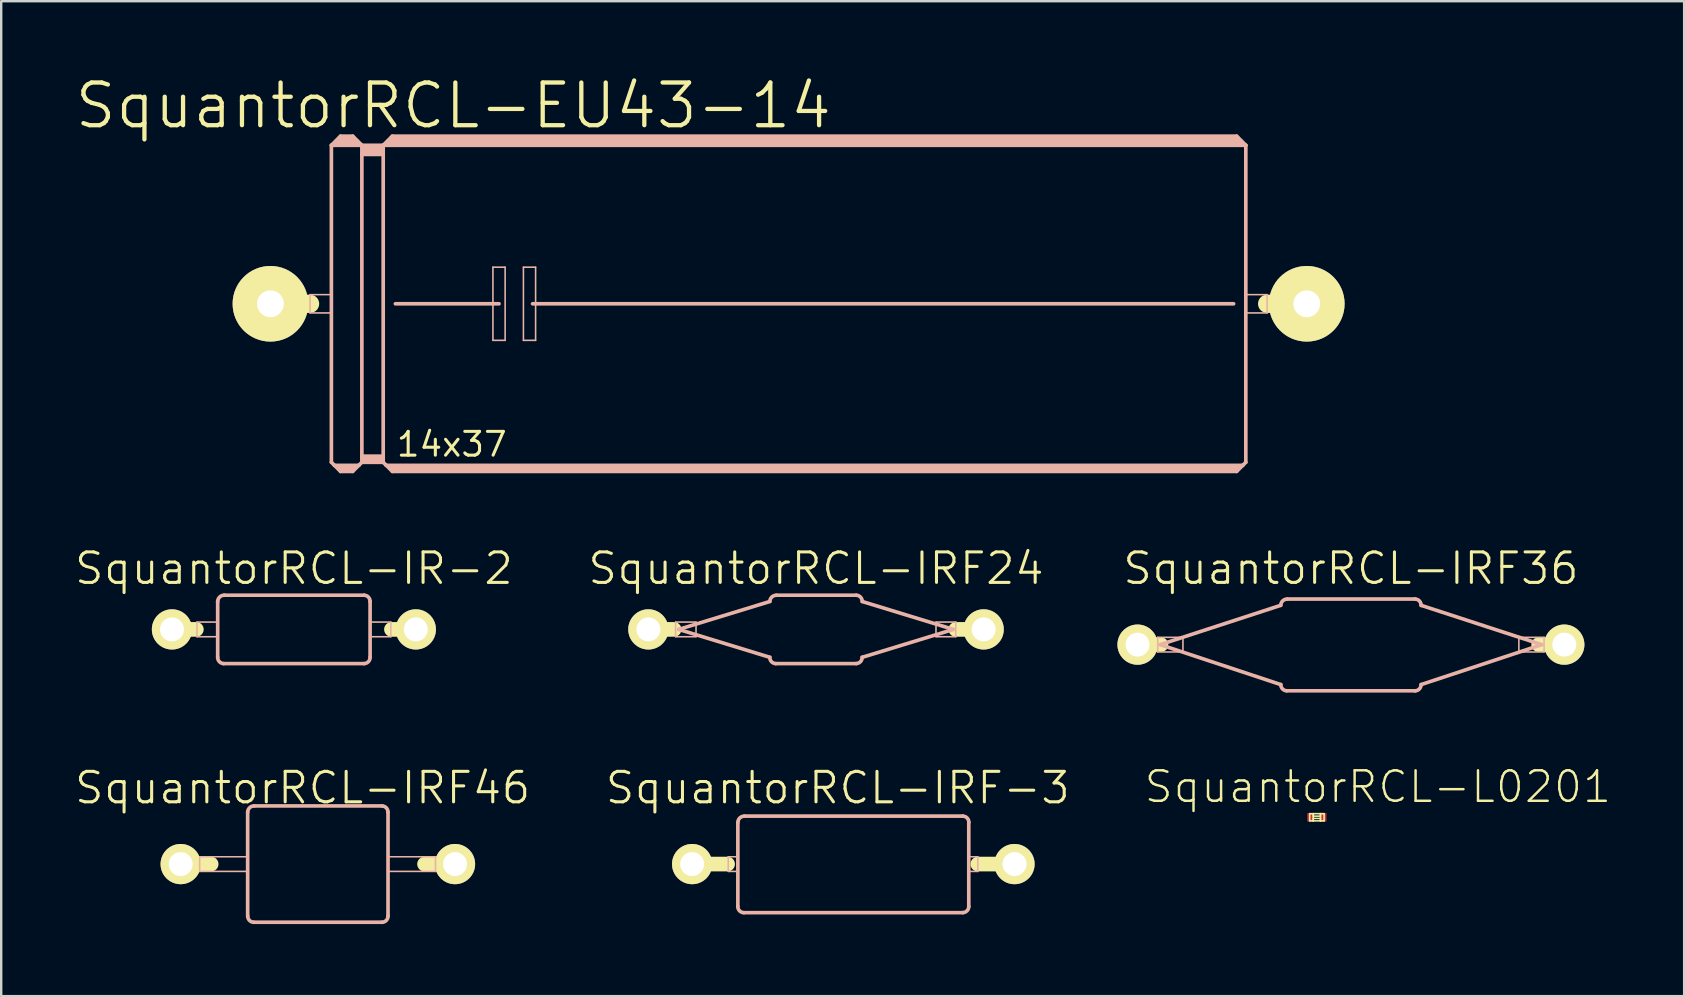
<source format=kicad_pcb>
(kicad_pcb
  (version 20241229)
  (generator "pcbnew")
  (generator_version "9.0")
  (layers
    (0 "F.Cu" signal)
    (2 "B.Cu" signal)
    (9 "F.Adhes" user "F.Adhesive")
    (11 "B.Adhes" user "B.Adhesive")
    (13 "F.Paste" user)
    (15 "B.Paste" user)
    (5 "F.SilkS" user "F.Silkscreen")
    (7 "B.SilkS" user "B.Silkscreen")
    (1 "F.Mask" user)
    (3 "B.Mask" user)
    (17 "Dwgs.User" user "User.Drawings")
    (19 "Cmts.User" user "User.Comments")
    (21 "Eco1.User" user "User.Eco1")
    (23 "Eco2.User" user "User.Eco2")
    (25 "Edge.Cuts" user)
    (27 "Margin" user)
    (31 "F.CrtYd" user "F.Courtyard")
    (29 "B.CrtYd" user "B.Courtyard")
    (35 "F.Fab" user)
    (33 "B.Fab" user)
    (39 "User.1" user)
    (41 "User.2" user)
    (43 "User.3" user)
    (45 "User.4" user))
  (footprint "SquantorRCL-IR-2"
    (layer "F.Cu")
    (at 9.195 23.174)
    (property "Reference" "SquantorRCL-IR-2" (at 0 -2.54 0) (layer "F.SilkS") (effects (font (size 1.27 1.27) (thickness 0.127))))
    (attr exclude_from_pos_files exclude_from_bom)
    (fp_line (start -5.08 0) (end -4.064 0) (stroke (width 0.61) (type solid)) (layer "F.SilkS"))
    (fp_line (start 5.08 0) (end 4.064 0) (stroke (width 0.61) (type solid)) (layer "F.SilkS"))
    (fp_line (start -4.039 -0.305) (end -3.175 -0.305) (stroke (width 0.066) (type solid)) (layer "B.SilkS"))
    (fp_line (start -4.039 0.305) (end -4.039 -0.305) (stroke (width 0.066) (type solid)) (layer "B.SilkS"))
    (fp_line (start -4.039 0.305) (end -3.175 0.305) (stroke (width 0.066) (type solid)) (layer "B.SilkS"))
    (fp_line (start -3.175 0.305) (end -3.175 -0.305) (stroke (width 0.066) (type solid)) (layer "B.SilkS"))
    (fp_line (start -3.175 1.163) (end -3.175 -1.163) (stroke (width 0.152) (type solid)) (layer "B.SilkS"))
    (fp_line (start 2.924 -1.425) (end -2.898 -1.425) (stroke (width 0.152) (type solid)) (layer "B.SilkS"))
    (fp_line (start 2.924 1.425) (end -2.924 1.425) (stroke (width 0.152) (type solid)) (layer "B.SilkS"))
    (fp_line (start 3.175 -0.305) (end 4.039 -0.305) (stroke (width 0.066) (type solid)) (layer "B.SilkS"))
    (fp_line (start 3.175 0.305) (end 3.175 -0.305) (stroke (width 0.066) (type solid)) (layer "B.SilkS"))
    (fp_line (start 3.175 0.305) (end 4.039 0.305) (stroke (width 0.066) (type solid)) (layer "B.SilkS"))
    (fp_line (start 3.175 1.163) (end 3.175 -1.163) (stroke (width 0.152) (type solid)) (layer "B.SilkS"))
    (fp_line (start 4.039 0.305) (end 4.039 -0.305) (stroke (width 0.066) (type solid)) (layer "B.SilkS"))
    (fp_arc (start -3.175 -1.16332) (mid -3.090753 -1.35147) (end -2.89814 -1.42494) (stroke (width 0.1524) (type solid)) (layer "B.SilkS"))
    (fp_arc (start -2.92354 1.42494) (mid -3.103453 1.346209) (end -3.175 1.16332) (stroke (width 0.1524) (type solid)) (layer "B.SilkS"))
    (fp_arc (start 2.92354 -1.42494) (mid 3.103453 -1.346209) (end 3.175 -1.16332) (stroke (width 0.1524) (type solid)) (layer "B.SilkS"))
    (fp_arc (start 3.175 1.16332) (mid 3.103453 1.346209) (end 2.92354 1.42494) (stroke (width 0.1524) (type solid)) (layer "B.SilkS"))
    (pad "1" thru_hole circle (at -5.08 0) (size 1.676 1.676) (drill 0.998) (layers "*.Cu" "F.Mask" "F.SilkS" "F.Paste"))
    (pad "2" thru_hole circle (at 5.08 0) (size 1.676 1.676) (drill 0.998) (layers "*.Cu" "F.Mask" "F.SilkS" "F.Paste")))
  (footprint "SquantorRCL-IRF46"
    (layer "F.Cu")
    (at 10.193 32.952)
    (property "Reference" "SquantorRCL-IRF46" (at -0.635 -3.175 0) (layer "F.SilkS") (effects (font (size 1.27 1.27) (thickness 0.127))))
    (attr exclude_from_pos_files exclude_from_bom)
    (fp_line (start -5.715 0) (end -4.445 0) (stroke (width 0.61) (type solid)) (layer "F.SilkS"))
    (fp_line (start 5.715 0) (end 4.445 0) (stroke (width 0.61) (type solid)) (layer "F.SilkS"))
    (fp_line (start -4.923 -0.305) (end -2.924 -0.305) (stroke (width 0.066) (type solid)) (layer "B.SilkS"))
    (fp_line (start -4.923 0.305) (end -4.923 -0.305) (stroke (width 0.066) (type solid)) (layer "B.SilkS"))
    (fp_line (start -4.923 0.305) (end -2.924 0.305) (stroke (width 0.066) (type solid)) (layer "B.SilkS"))
    (fp_line (start -2.924 0.305) (end -2.924 -0.305) (stroke (width 0.066) (type solid)) (layer "B.SilkS"))
    (fp_line (start -2.924 2.162) (end -2.924 -2.162) (stroke (width 0.152) (type solid)) (layer "B.SilkS"))
    (fp_line (start 2.675 -2.423) (end -2.649 -2.423) (stroke (width 0.152) (type solid)) (layer "B.SilkS"))
    (fp_line (start 2.675 2.423) (end -2.675 2.423) (stroke (width 0.152) (type solid)) (layer "B.SilkS"))
    (fp_line (start 2.924 -0.305) (end 4.9 -0.305) (stroke (width 0.066) (type solid)) (layer "B.SilkS"))
    (fp_line (start 2.924 0.305) (end 2.924 -0.305) (stroke (width 0.066) (type solid)) (layer "B.SilkS"))
    (fp_line (start 2.924 0.305) (end 4.9 0.305) (stroke (width 0.066) (type solid)) (layer "B.SilkS"))
    (fp_line (start 2.924 2.162) (end 2.924 -2.162) (stroke (width 0.152) (type solid)) (layer "B.SilkS"))
    (fp_line (start 4.9 0.305) (end 4.9 -0.305) (stroke (width 0.066) (type solid)) (layer "B.SilkS"))
    (fp_arc (start -2.92354 -2.16154) (mid -2.841833 -2.348637) (end -2.65176 -2.42316) (stroke (width 0.1524) (type solid)) (layer "B.SilkS"))
    (fp_arc (start -2.67462 2.42316) (mid -2.851993 2.343377) (end -2.921 2.16154) (stroke (width 0.1524) (type solid)) (layer "B.SilkS"))
    (fp_arc (start 2.67462 -2.42316) (mid 2.851993 -2.343377) (end 2.921 -2.16154) (stroke (width 0.1524) (type solid)) (layer "B.SilkS"))
    (fp_arc (start 2.92354 2.16154) (mid 2.853789 2.345173) (end 2.67462 2.4257) (stroke (width 0.1524) (type solid)) (layer "B.SilkS"))
    (pad "1" thru_hole circle (at -5.715 0) (size 1.676 1.676) (drill 0.998) (layers "*.Cu" "F.Mask" "F.SilkS" "F.Paste"))
    (pad "2" thru_hole circle (at 5.715 0) (size 1.676 1.676) (drill 0.998) (layers "*.Cu" "F.Mask" "F.SilkS" "F.Paste")))
  (footprint "SquantorRCL-IRF24"
    (layer "F.Cu")
    (at 30.949 23.174)
    (property "Reference" "SquantorRCL-IRF24" (at 0 -2.54 0) (layer "F.SilkS") (effects (font (size 1.27 1.27) (thickness 0.127))))
    (attr exclude_from_pos_files exclude_from_bom)
    (fp_line (start -5.913 0) (end -6.985 0) (stroke (width 0.61) (type solid)) (layer "F.SilkS"))
    (fp_line (start 5.824 0) (end 6.985 0) (stroke (width 0.61) (type solid)) (layer "F.SilkS"))
    (fp_line (start -5.85 -0.305) (end -4.999 -0.305) (stroke (width 0.066) (type solid)) (layer "B.SilkS"))
    (fp_line (start -5.85 0.305) (end -5.85 -0.305) (stroke (width 0.066) (type solid)) (layer "B.SilkS"))
    (fp_line (start -5.85 0.305) (end -4.999 0.305) (stroke (width 0.066) (type solid)) (layer "B.SilkS"))
    (fp_line (start -5.723 0) (end -1.923 -1.163) (stroke (width 0.152) (type solid)) (layer "B.SilkS"))
    (fp_line (start -4.999 0.305) (end -4.999 -0.305) (stroke (width 0.066) (type solid)) (layer "B.SilkS"))
    (fp_line (start -1.923 1.163) (end -5.723 0) (stroke (width 0.152) (type solid)) (layer "B.SilkS"))
    (fp_line (start 1.674 -1.425) (end -1.648 -1.425) (stroke (width 0.152) (type solid)) (layer "B.SilkS"))
    (fp_line (start 1.674 1.425) (end -1.674 1.425) (stroke (width 0.152) (type solid)) (layer "B.SilkS"))
    (fp_line (start 1.923 1.163) (end 5.723 0) (stroke (width 0.152) (type solid)) (layer "B.SilkS"))
    (fp_line (start 4.999 -0.305) (end 5.824 -0.305) (stroke (width 0.066) (type solid)) (layer "B.SilkS"))
    (fp_line (start 4.999 0.305) (end 4.999 -0.305) (stroke (width 0.066) (type solid)) (layer "B.SilkS"))
    (fp_line (start 4.999 0.305) (end 5.824 0.305) (stroke (width 0.066) (type solid)) (layer "B.SilkS"))
    (fp_line (start 5.723 0) (end 1.923 -1.163) (stroke (width 0.152) (type solid)) (layer "B.SilkS"))
    (fp_line (start 5.824 0.305) (end 5.824 -0.305) (stroke (width 0.066) (type solid)) (layer "B.SilkS"))
    (fp_arc (start -1.92278 -1.16332) (mid -1.839277 -1.349674) (end -1.64846 -1.4224) (stroke (width 0.1524) (type solid)) (layer "B.SilkS"))
    (fp_arc (start -1.67386 1.42494) (mid -1.853773 1.346209) (end -1.92532 1.16332) (stroke (width 0.1524) (type solid)) (layer "B.SilkS"))
    (fp_arc (start 1.67386 -1.42494) (mid 1.853773 -1.346209) (end 1.92532 -1.16332) (stroke (width 0.1524) (type solid)) (layer "B.SilkS"))
    (fp_arc (start 1.92278 1.16332) (mid 1.851977 1.344413) (end 1.67386 1.4224) (stroke (width 0.1524) (type solid)) (layer "B.SilkS"))
    (pad "1" thru_hole circle (at -6.985 0) (size 1.676 1.676) (drill 0.998) (layers "*.Cu" "F.Mask" "F.SilkS" "F.Paste"))
    (pad "2" thru_hole circle (at 6.985 0) (size 1.676 1.676) (drill 0.998) (layers "*.Cu" "F.Mask" "F.SilkS" "F.Paste")))
  (footprint "SquantorRCL-IRF-3"
    (layer "F.Cu")
    (at 32.491 32.952)
    (property "Reference" "SquantorRCL-IRF-3" (at -0.635 -3.175 0) (layer "F.SilkS") (effects (font (size 1.27 1.27) (thickness 0.127))))
    (attr exclude_from_pos_files exclude_from_bom)
    (fp_line (start -6.703 0) (end -5.225 0) (stroke (width 0.61) (type solid)) (layer "F.SilkS"))
    (fp_line (start 6.728 0) (end 5.199 0) (stroke (width 0.61) (type solid)) (layer "F.SilkS"))
    (fp_line (start -5.199 -0.305) (end -4.798 -0.305) (stroke (width 0.066) (type solid)) (layer "B.SilkS"))
    (fp_line (start -5.199 0.305) (end -5.199 -0.305) (stroke (width 0.066) (type solid)) (layer "B.SilkS"))
    (fp_line (start -5.199 0.305) (end -4.798 0.305) (stroke (width 0.066) (type solid)) (layer "B.SilkS"))
    (fp_line (start -4.798 0.305) (end -4.798 -0.305) (stroke (width 0.066) (type solid)) (layer "B.SilkS"))
    (fp_line (start -4.798 1.763) (end -4.798 -1.737) (stroke (width 0.152) (type solid)) (layer "B.SilkS"))
    (fp_line (start 4.575 -1.999) (end -4.524 -1.999) (stroke (width 0.152) (type solid)) (layer "B.SilkS"))
    (fp_line (start 4.575 2.024) (end -4.549 2.024) (stroke (width 0.152) (type solid)) (layer "B.SilkS"))
    (fp_line (start 4.823 -0.305) (end 5.199 -0.305) (stroke (width 0.066) (type solid)) (layer "B.SilkS"))
    (fp_line (start 4.823 0.305) (end 4.823 -0.305) (stroke (width 0.066) (type solid)) (layer "B.SilkS"))
    (fp_line (start 4.823 0.305) (end 5.199 0.305) (stroke (width 0.066) (type solid)) (layer "B.SilkS"))
    (fp_line (start 4.823 1.763) (end 4.823 -1.737) (stroke (width 0.152) (type solid)) (layer "B.SilkS"))
    (fp_line (start 5.199 0.305) (end 5.199 -0.305) (stroke (width 0.066) (type solid)) (layer "B.SilkS"))
    (fp_arc (start -4.79806 -1.73736) (mid -4.714557 -1.923714) (end -4.52374 -1.99644) (stroke (width 0.1524) (type solid)) (layer "B.SilkS"))
    (fp_arc (start -4.54914 2.02438) (mid -4.729053 1.945649) (end -4.8006 1.76276) (stroke (width 0.1524) (type solid)) (layer "B.SilkS"))
    (fp_arc (start 4.57454 -1.99898) (mid 4.754453 -1.920249) (end 4.826 -1.73736) (stroke (width 0.1524) (type solid)) (layer "B.SilkS"))
    (fp_arc (start 4.82346 1.76276) (mid 4.752657 1.943853) (end 4.57454 2.02184) (stroke (width 0.1524) (type solid)) (layer "B.SilkS"))
    (pad "1" thru_hole circle (at -6.703 0) (size 1.676 1.676) (drill 0.998) (layers "*.Cu" "F.Mask" "F.SilkS" "F.Paste"))
    (pad "2" thru_hole circle (at 6.728 0) (size 1.676 1.676) (drill 0.998) (layers "*.Cu" "F.Mask" "F.SilkS" "F.Paste")))
  (footprint "SquantorRCL-L0201"
    (layer "F.Cu")
    (at 51.818 31.002)
    (property "Reference" "SquantorRCL-L0201" (at 2.54 -1.27 0) (layer "F.SilkS") (effects (font (size 1.27 1.27) (thickness 0.102))))
    (attr smd)
    (fp_line (start -0.3 -0.15) (end -0.15 -0.15) (stroke (width 0.066) (type solid)) (layer "F.SilkS"))
    (fp_line (start -0.3 0.15) (end -0.3 -0.15) (stroke (width 0.066) (type solid)) (layer "F.SilkS"))
    (fp_line (start -0.3 0.15) (end -0.15 0.15) (stroke (width 0.066) (type solid)) (layer "F.SilkS"))
    (fp_line (start -0.15 -0.15) (end 0.15 -0.15) (stroke (width 0.066) (type solid)) (layer "F.SilkS"))
    (fp_line (start -0.15 -0.048) (end -0.15 -0.15) (stroke (width 0.066) (type solid)) (layer "F.SilkS"))
    (fp_line (start -0.15 -0.048) (end 0.15 -0.048) (stroke (width 0.066) (type solid)) (layer "F.SilkS"))
    (fp_line (start -0.15 0.048) (end 0.15 0.048) (stroke (width 0.066) (type solid)) (layer "F.SilkS"))
    (fp_line (start -0.15 0.15) (end -0.15 -0.15) (stroke (width 0.066) (type solid)) (layer "F.SilkS"))
    (fp_line (start -0.15 0.15) (end -0.15 0.048) (stroke (width 0.066) (type solid)) (layer "F.SilkS"))
    (fp_line (start -0.15 0.15) (end 0.15 0.15) (stroke (width 0.066) (type solid)) (layer "F.SilkS"))
    (fp_line (start 0.15 -0.15) (end 0.3 -0.15) (stroke (width 0.066) (type solid)) (layer "F.SilkS"))
    (fp_line (start 0.15 -0.048) (end 0.15 -0.15) (stroke (width 0.066) (type solid)) (layer "F.SilkS"))
    (fp_line (start 0.15 0.15) (end 0.15 -0.15) (stroke (width 0.066) (type solid)) (layer "F.SilkS"))
    (fp_line (start 0.15 0.15) (end 0.15 0.048) (stroke (width 0.066) (type solid)) (layer "F.SilkS"))
    (fp_line (start 0.15 0.15) (end 0.3 0.15) (stroke (width 0.066) (type solid)) (layer "F.SilkS"))
    (fp_line (start 0.3 0.15) (end 0.3 -0.15) (stroke (width 0.066) (type solid)) (layer "F.SilkS"))
    (pad "1" smd rect (at -0.274 0) (size 0.249 0.348) (layers "F.Cu" "F.Mask" "F.Paste"))
    (pad "2" smd rect (at 0.274 0) (size 0.249 0.348) (layers "F.Cu" "F.Mask" "F.Paste")))
  (footprint "SquantorRCL-EU43-14"
    (layer "F.Cu")
    (at 29.807 9.607)
    (property "Reference" "SquantorRCL-EU43-14" (at -13.97 -8.255 0) (layer "F.SilkS") (effects (font (size 1.778 1.778) (thickness 0.178))))
    (attr exclude_from_pos_files exclude_from_bom)
    (fp_line (start -21.59 0) (end -19.939 0) (stroke (width 0.762) (type solid)) (layer "F.SilkS"))
    (fp_line (start 21.59 0) (end 19.939 0) (stroke (width 0.762) (type solid)) (layer "F.SilkS"))
    (fp_line (start -19.939 -0.381) (end -19.05 -0.381) (stroke (width 0.066) (type solid)) (layer "B.SilkS"))
    (fp_line (start -19.939 0.381) (end -19.939 -0.381) (stroke (width 0.066) (type solid)) (layer "B.SilkS"))
    (fp_line (start -19.939 0.381) (end -19.05 0.381) (stroke (width 0.066) (type solid)) (layer "B.SilkS"))
    (fp_line (start -19.05 -6.604) (end -19.05 6.604) (stroke (width 0.152) (type solid)) (layer "B.SilkS"))
    (fp_line (start -19.05 -6.604) (end -18.669 -6.985) (stroke (width 0.152) (type solid)) (layer "B.SilkS"))
    (fp_line (start -19.05 -6.604) (end -17.78 -6.604) (stroke (width 0.152) (type solid)) (layer "B.SilkS"))
    (fp_line (start -19.05 0.381) (end -19.05 -0.381) (stroke (width 0.066) (type solid)) (layer "B.SilkS"))
    (fp_line (start -19.05 6.604) (end -18.923 6.731) (stroke (width 0.152) (type solid)) (layer "B.SilkS"))
    (fp_line (start -18.923 6.731) (end -18.669 6.985) (stroke (width 0.152) (type solid)) (layer "B.SilkS"))
    (fp_line (start -18.923 6.731) (end -17.907 6.731) (stroke (width 0.152) (type solid)) (layer "B.SilkS"))
    (fp_line (start -18.796 -6.731) (end -18.034 -6.731) (stroke (width 0.305) (type solid)) (layer "B.SilkS"))
    (fp_line (start -18.669 -6.985) (end -18.161 -6.985) (stroke (width 0.152) (type solid)) (layer "B.SilkS"))
    (fp_line (start -18.669 -6.858) (end -18.161 -6.858) (stroke (width 0.305) (type solid)) (layer "B.SilkS"))
    (fp_line (start -18.669 6.858) (end -18.161 6.858) (stroke (width 0.254) (type solid)) (layer "B.SilkS"))
    (fp_line (start -18.669 6.985) (end -18.161 6.985) (stroke (width 0.152) (type solid)) (layer "B.SilkS"))
    (fp_line (start -17.907 6.731) (end -18.161 6.985) (stroke (width 0.152) (type solid)) (layer "B.SilkS"))
    (fp_line (start -17.78 -6.604) (end -18.161 -6.985) (stroke (width 0.152) (type solid)) (layer "B.SilkS"))
    (fp_line (start -17.78 -6.604) (end -17.78 -6.223) (stroke (width 0.152) (type solid)) (layer "B.SilkS"))
    (fp_line (start -17.78 -6.604) (end -16.891 -6.604) (stroke (width 0.152) (type solid)) (layer "B.SilkS"))
    (fp_line (start -17.78 -6.223) (end -16.891 -6.223) (stroke (width 0.152) (type solid)) (layer "B.SilkS"))
    (fp_line (start -17.78 6.35) (end -17.78 -6.223) (stroke (width 0.152) (type solid)) (layer "B.SilkS"))
    (fp_line (start -17.78 6.35) (end -16.891 6.35) (stroke (width 0.152) (type solid)) (layer "B.SilkS"))
    (fp_line (start -17.78 6.604) (end -17.907 6.731) (stroke (width 0.152) (type solid)) (layer "B.SilkS"))
    (fp_line (start -17.78 6.604) (end -17.78 6.35) (stroke (width 0.152) (type solid)) (layer "B.SilkS"))
    (fp_line (start -17.78 6.604) (end -16.891 6.604) (stroke (width 0.152) (type solid)) (layer "B.SilkS"))
    (fp_line (start -17.65 -6.477) (end -17.018 -6.477) (stroke (width 0.305) (type solid)) (layer "B.SilkS"))
    (fp_line (start -17.65 -6.35) (end -17.018 -6.35) (stroke (width 0.305) (type solid)) (layer "B.SilkS"))
    (fp_line (start -17.65 6.477) (end -17.018 6.477) (stroke (width 0.254) (type solid)) (layer "B.SilkS"))
    (fp_line (start -16.891 -6.604) (end -16.891 -6.223) (stroke (width 0.152) (type solid)) (layer "B.SilkS"))
    (fp_line (start -16.891 -6.604) (end 19.05 -6.604) (stroke (width 0.152) (type solid)) (layer "B.SilkS"))
    (fp_line (start -16.891 -6.223) (end -16.891 6.35) (stroke (width 0.152) (type solid)) (layer "B.SilkS"))
    (fp_line (start -16.891 6.35) (end -16.891 6.604) (stroke (width 0.152) (type solid)) (layer "B.SilkS"))
    (fp_line (start -16.764 6.731) (end -16.891 6.604) (stroke (width 0.152) (type solid)) (layer "B.SilkS"))
    (fp_line (start -16.764 6.731) (end 18.923 6.731) (stroke (width 0.152) (type solid)) (layer "B.SilkS"))
    (fp_line (start -16.637 -6.731) (end 18.796 -6.731) (stroke (width 0.305) (type solid)) (layer "B.SilkS"))
    (fp_line (start -16.51 -6.985) (end -16.891 -6.604) (stroke (width 0.152) (type solid)) (layer "B.SilkS"))
    (fp_line (start -16.51 -6.985) (end 18.669 -6.985) (stroke (width 0.152) (type solid)) (layer "B.SilkS"))
    (fp_line (start -16.51 -6.858) (end 18.669 -6.858) (stroke (width 0.305) (type solid)) (layer "B.SilkS"))
    (fp_line (start -16.51 6.858) (end 18.669 6.858) (stroke (width 0.254) (type solid)) (layer "B.SilkS"))
    (fp_line (start -16.51 6.985) (end -16.764 6.731) (stroke (width 0.152) (type solid)) (layer "B.SilkS"))
    (fp_line (start -16.51 6.985) (end 18.669 6.985) (stroke (width 0.152) (type solid)) (layer "B.SilkS"))
    (fp_line (start -16.383 0) (end -12.065 0) (stroke (width 0.152) (type solid)) (layer "B.SilkS"))
    (fp_line (start -12.319 -1.524) (end -11.811 -1.524) (stroke (width 0.066) (type solid)) (layer "B.SilkS"))
    (fp_line (start -12.319 1.524) (end -12.319 -1.524) (stroke (width 0.066) (type solid)) (layer "B.SilkS"))
    (fp_line (start -12.319 1.524) (end -11.811 1.524) (stroke (width 0.066) (type solid)) (layer "B.SilkS"))
    (fp_line (start -11.811 1.524) (end -11.811 -1.524) (stroke (width 0.066) (type solid)) (layer "B.SilkS"))
    (fp_line (start -11.049 -1.524) (end -10.541 -1.524) (stroke (width 0.066) (type solid)) (layer "B.SilkS"))
    (fp_line (start -11.049 1.524) (end -11.049 -1.524) (stroke (width 0.066) (type solid)) (layer "B.SilkS"))
    (fp_line (start -11.049 1.524) (end -10.541 1.524) (stroke (width 0.066) (type solid)) (layer "B.SilkS"))
    (fp_line (start -10.668 0) (end 18.542 0) (stroke (width 0.152) (type solid)) (layer "B.SilkS"))
    (fp_line (start -10.541 1.524) (end -10.541 -1.524) (stroke (width 0.066) (type solid)) (layer "B.SilkS"))
    (fp_line (start 18.669 -6.985) (end 19.05 -6.604) (stroke (width 0.152) (type solid)) (layer "B.SilkS"))
    (fp_line (start 18.669 6.985) (end 18.923 6.731) (stroke (width 0.152) (type solid)) (layer "B.SilkS"))
    (fp_line (start 18.923 6.731) (end 19.05 6.604) (stroke (width 0.152) (type solid)) (layer "B.SilkS"))
    (fp_line (start 19.05 -6.604) (end 19.05 6.604) (stroke (width 0.152) (type solid)) (layer "B.SilkS"))
    (fp_line (start 19.05 -0.381) (end 19.939 -0.381) (stroke (width 0.066) (type solid)) (layer "B.SilkS"))
    (fp_line (start 19.05 0.381) (end 19.05 -0.381) (stroke (width 0.066) (type solid)) (layer "B.SilkS"))
    (fp_line (start 19.05 0.381) (end 19.939 0.381) (stroke (width 0.066) (type solid)) (layer "B.SilkS"))
    (fp_line (start 19.939 0.381) (end 19.939 -0.381) (stroke (width 0.066) (type solid)) (layer "B.SilkS"))
    (fp_text user "14x37" (at -14.034 5.855 0) (layer "F.SilkS") (effects (font (size 0.991 0.991) (thickness 0.127))))
    (pad "1" thru_hole circle (at -21.59 0) (size 3.15 3.15) (drill 1.118) (layers "*.Cu" "F.Mask" "F.SilkS" "F.Paste"))
    (pad "2" thru_hole circle (at 21.59 0) (size 3.15 3.15) (drill 1.118) (layers "*.Cu" "F.Mask" "F.SilkS" "F.Paste")))
  (footprint "SquantorRCL-IRF36"
    (layer "F.Cu")
    (at 53.236 23.809)
    (property "Reference" "SquantorRCL-IRF36" (at 0 -3.175 0) (layer "F.SilkS") (effects (font (size 1.27 1.27) (thickness 0.127))))
    (attr exclude_from_pos_files exclude_from_bom)
    (fp_line (start -7.915 0) (end -8.89 0) (stroke (width 0.61) (type solid)) (layer "F.SilkS"))
    (fp_line (start 7.823 0) (end 8.89 0) (stroke (width 0.61) (type solid)) (layer "F.SilkS"))
    (fp_line (start -8.049 -0.305) (end -6.998 -0.305) (stroke (width 0.066) (type solid)) (layer "B.SilkS"))
    (fp_line (start -8.049 0.305) (end -8.049 -0.305) (stroke (width 0.066) (type solid)) (layer "B.SilkS"))
    (fp_line (start -8.049 0.305) (end -6.998 0.305) (stroke (width 0.066) (type solid)) (layer "B.SilkS"))
    (fp_line (start -7.948 0) (end -2.924 -1.638) (stroke (width 0.152) (type solid)) (layer "B.SilkS"))
    (fp_line (start -6.998 0.305) (end -6.998 -0.305) (stroke (width 0.066) (type solid)) (layer "B.SilkS"))
    (fp_line (start -2.924 1.664) (end -7.948 0) (stroke (width 0.152) (type solid)) (layer "B.SilkS"))
    (fp_line (start 2.675 -1.9) (end -2.649 -1.9) (stroke (width 0.152) (type solid)) (layer "B.SilkS"))
    (fp_line (start 2.675 1.923) (end -2.675 1.923) (stroke (width 0.152) (type solid)) (layer "B.SilkS"))
    (fp_line (start 2.924 1.664) (end 7.948 0) (stroke (width 0.152) (type solid)) (layer "B.SilkS"))
    (fp_line (start 6.998 -0.305) (end 8.049 -0.305) (stroke (width 0.066) (type solid)) (layer "B.SilkS"))
    (fp_line (start 6.998 0.305) (end 6.998 -0.305) (stroke (width 0.066) (type solid)) (layer "B.SilkS"))
    (fp_line (start 6.998 0.305) (end 8.049 0.305) (stroke (width 0.066) (type solid)) (layer "B.SilkS"))
    (fp_line (start 7.948 0) (end 2.924 -1.638) (stroke (width 0.152) (type solid)) (layer "B.SilkS"))
    (fp_line (start 8.049 0.305) (end 8.049 -0.305) (stroke (width 0.066) (type solid)) (layer "B.SilkS"))
    (fp_arc (start -2.92354 -1.6383) (mid -2.840037 -1.824654) (end -2.64922 -1.89738) (stroke (width 0.1524) (type solid)) (layer "B.SilkS"))
    (fp_arc (start -2.67462 1.92278) (mid -2.851993 1.842997) (end -2.921 1.66116) (stroke (width 0.1524) (type solid)) (layer "B.SilkS"))
    (fp_arc (start 2.67462 -1.89992) (mid 2.853789 -1.819393) (end 2.92354 -1.63576) (stroke (width 0.1524) (type solid)) (layer "B.SilkS"))
    (fp_arc (start 2.92354 1.6637) (mid 2.851993 1.846589) (end 2.67208 1.92532) (stroke (width 0.1524) (type solid)) (layer "B.SilkS"))
    (pad "1" thru_hole circle (at -8.89 0) (size 1.676 1.676) (drill 0.998) (layers "*.Cu" "F.Mask" "F.SilkS" "F.Paste"))
    (pad "2" thru_hole circle (at 8.89 0) (size 1.676 1.676) (drill 0.998) (layers "*.Cu" "F.Mask" "F.SilkS" "F.Paste")))
  (gr_rect
    (start -3 -3)
    (end 67.12 38.453)
    (stroke (width 0.1) (type default))
    (fill no)
    (layer "Edge.Cuts")))
</source>
